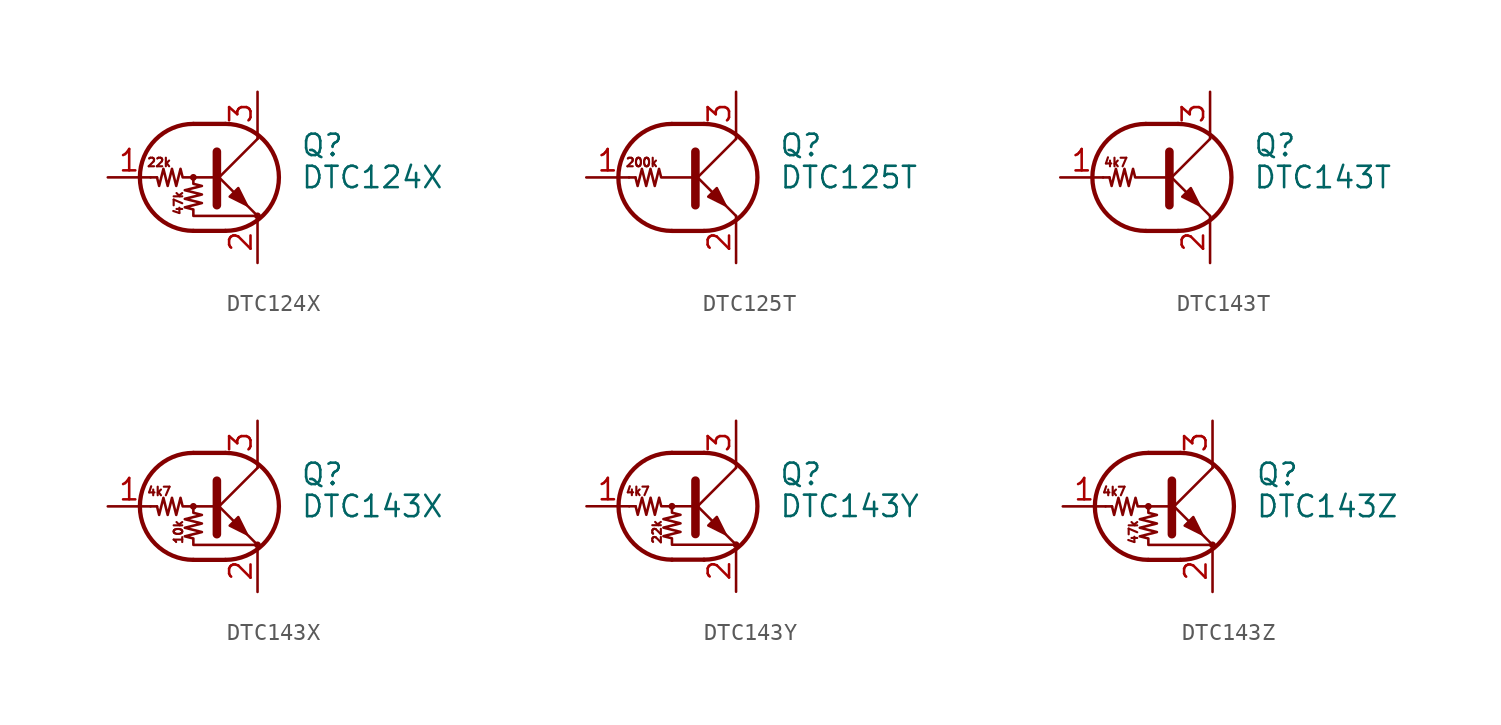
<source format=kicad_sym>
(kicad_symbol_lib
  (version 20211014)
  (generator kicad_symbol_editor)
  (symbol "DTC124X"
    (pin_names
      (offset 0) hide)
    (property "Reference" "Q"
      (at 5.08 1.905 0)
      (effects (font (size 1.27 1.27)) (justify left)))
    (property "Value" "DTC124X"
      (at 5.08 0 0)
      (effects (font (size 1.27 1.27)) (justify left)))
    (symbol "DTC124X_0_0"
      (text "22k" (at -3.302 0.889 0) (effects (font (size 0.508 0.508))))
      (text "47k" (at -2.159 -1.524 900) (effects (font (size 0.508 0.508)))))
    (symbol "DTC124X_0_1"
      (circle (center -1.27 0) (radius 0.127) (stroke (width 0) (type default) (color 0 0 0 0)) (fill (type none)))
      (arc (start -1.27 3.175) (mid -4.445 0) (end -1.27 -3.175) (stroke (width 0.254) (type default) (color 0 0 0 0)) (fill (type none)))
      (polyline (pts (xy -3.429 0) (xy -3.81 0)) (stroke (width 0) (type default) (color 0 0 0 0)) (fill (type none)))
      (polyline (pts (xy -1.27 -3.175) (xy 0.635 -3.175)) (stroke (width 0.254) (type default) (color 0 0 0 0)) (fill (type none)))
      (polyline (pts (xy -1.27 3.175) (xy 0.635 3.175)) (stroke (width 0.254) (type default) (color 0 0 0 0)) (fill (type none)))
      (polyline (pts (xy 0 -0.254) (xy 2.54 2.286)) (stroke (width 0) (type default) (color 0 0 0 0)) (fill (type none)))
      (polyline (pts (xy 0.127 1.524) (xy 0.127 -1.651)) (stroke (width 0.508) (type default) (color 0 0 0 0)) (fill (type outline)))
      (polyline (pts (xy 2.54 2.286) (xy 2.54 2.54)) (stroke (width 0) (type default) (color 0 0 0 0)) (fill (type none)))
      (polyline (pts (xy 2.54 -2.286) (xy 0 0.254) (xy 0 0.254)) (stroke (width 0) (type default) (color 0 0 0 0)) (fill (type none)))
      (polyline (pts (xy 0.889 -1.143) (xy 1.397 -0.635) (xy 1.905 -1.651) (xy 0.889 -1.143)) (stroke (width 0) (type default) (color 0 0 0 0)) (fill (type outline)))
      (polyline (pts (xy 0 0) (xy -1.905 0) (xy -2.032 0.508) (xy -2.286 -0.508) (xy -2.54 0.508) (xy -2.794 -0.508) (xy -3.048 0.508) (xy -3.302 -0.508) (xy -3.429 0)) (stroke (width 0) (type default) (color 0 0 0 0)) (fill (type none)))
      (polyline (pts (xy -1.27 0) (xy -1.27 -0.381) (xy -0.762 -0.508) (xy -1.778 -0.762) (xy -0.762 -1.016) (xy -1.778 -1.27) (xy -0.762 -1.524) (xy -1.778 -1.778) (xy -1.27 -1.905) (xy -1.27 -2.286) (xy 2.54 -2.286)) (stroke (width 0) (type default) (color 0 0 0 0)) (fill (type none)))
      (arc (start 0.635 -3.175) (mid 3.81 0) (end 0.635 3.175) (stroke (width 0.254) (type default) (color 0 0 0 0)) (fill (type none)))
      (circle (center 2.54 -2.286) (radius 0.127) (stroke (width 0) (type default) (color 0 0 0 0)) (fill (type none))))
    (symbol "DTC124X_1_1"
      (pin input line (at -6.35 0 0) (length 2.54) (name "B" (effects (font (size 1.27 1.27)))) (number "1" (effects (font (size 1.27 1.27)))))
      (pin passive line (at 2.54 -5.08 90) (length 2.54) (name "E" (effects (font (size 1.27 1.27)))) (number "2" (effects (font (size 1.27 1.27)))))
      (pin passive line (at 2.54 5.08 270) (length 2.54) (name "C" (effects (font (size 1.27 1.27)))) (number "3" (effects (font (size 1.27 1.27)))))))
  (symbol "DTC125T"
    (pin_names
      (offset 0) hide)
    (property "Reference" "Q"
      (at 5.08 1.905 0)
      (effects (font (size 1.27 1.27)) (justify left)))
    (property "Value" "DTC125T"
      (at 5.08 0 0)
      (effects (font (size 1.27 1.27)) (justify left)))
    (symbol "DTC125T_0_0"
      (polyline (pts (xy 2.54 -2.286) (xy 2.54 -2.54)) (stroke (width 0) (type default) (color 0 0 0 0)) (fill (type none)))
      (text "200k" (at -3.048 0.889 0) (effects (font (size 0.508 0.508)))))
    (symbol "DTC125T_0_1"
      (arc (start -1.27 3.175) (mid -4.445 0) (end -1.27 -3.175) (stroke (width 0.254) (type default) (color 0 0 0 0)) (fill (type none)))
      (polyline (pts (xy -3.429 0) (xy -3.81 0)) (stroke (width 0) (type default) (color 0 0 0 0)) (fill (type none)))
      (polyline (pts (xy -1.27 -3.175) (xy 0.635 -3.175)) (stroke (width 0.254) (type default) (color 0 0 0 0)) (fill (type none)))
      (polyline (pts (xy -1.27 3.175) (xy 0.635 3.175)) (stroke (width 0.254) (type default) (color 0 0 0 0)) (fill (type none)))
      (polyline (pts (xy 0 -0.254) (xy 2.54 2.286)) (stroke (width 0) (type default) (color 0 0 0 0)) (fill (type none)))
      (polyline (pts (xy 0.127 1.524) (xy 0.127 -1.651)) (stroke (width 0.508) (type default) (color 0 0 0 0)) (fill (type outline)))
      (polyline (pts (xy 2.54 2.286) (xy 2.54 2.54)) (stroke (width 0) (type default) (color 0 0 0 0)) (fill (type none)))
      (polyline (pts (xy 2.54 -2.286) (xy 0 0.254) (xy 0 0.254)) (stroke (width 0) (type default) (color 0 0 0 0)) (fill (type none)))
      (polyline (pts (xy 0.889 -1.143) (xy 1.397 -0.635) (xy 1.905 -1.651) (xy 0.889 -1.143)) (stroke (width 0) (type default) (color 0 0 0 0)) (fill (type outline)))
      (polyline (pts (xy 0 0) (xy -1.905 0) (xy -2.032 0.508) (xy -2.286 -0.508) (xy -2.54 0.508) (xy -2.794 -0.508) (xy -3.048 0.508) (xy -3.302 -0.508) (xy -3.429 0)) (stroke (width 0) (type default) (color 0 0 0 0)) (fill (type none)))
      (arc (start 0.635 -3.175) (mid 3.81 0) (end 0.635 3.175) (stroke (width 0.254) (type default) (color 0 0 0 0)) (fill (type none))))
    (symbol "DTC125T_1_1"
      (pin input line (at -6.35 0 0) (length 2.54) (name "B" (effects (font (size 1.27 1.27)))) (number "1" (effects (font (size 1.27 1.27)))))
      (pin passive line (at 2.54 -5.08 90) (length 2.54) (name "E" (effects (font (size 1.27 1.27)))) (number "2" (effects (font (size 1.27 1.27)))))
      (pin passive line (at 2.54 5.08 270) (length 2.54) (name "C" (effects (font (size 1.27 1.27)))) (number "3" (effects (font (size 1.27 1.27)))))))
  (symbol "DTC143T"
    (pin_names
      (offset 0) hide)
    (property "Reference" "Q"
      (at 5.08 1.905 0)
      (effects (font (size 1.27 1.27)) (justify left)))
    (property "Value" "DTC143T"
      (at 5.08 0 0)
      (effects (font (size 1.27 1.27)) (justify left)))
    (symbol "DTC143T_0_0"
      (polyline (pts (xy 2.54 -2.286) (xy 2.54 -2.54)) (stroke (width 0) (type default) (color 0 0 0 0)) (fill (type none)))
      (text "4k7" (at -3.048 0.889 0) (effects (font (size 0.508 0.508)))))
    (symbol "DTC143T_0_1"
      (arc (start -1.27 3.175) (mid -4.445 0) (end -1.27 -3.175) (stroke (width 0.254) (type default) (color 0 0 0 0)) (fill (type none)))
      (polyline (pts (xy -3.429 0) (xy -3.81 0)) (stroke (width 0) (type default) (color 0 0 0 0)) (fill (type none)))
      (polyline (pts (xy -1.27 -3.175) (xy 0.635 -3.175)) (stroke (width 0.254) (type default) (color 0 0 0 0)) (fill (type none)))
      (polyline (pts (xy -1.27 3.175) (xy 0.635 3.175)) (stroke (width 0.254) (type default) (color 0 0 0 0)) (fill (type none)))
      (polyline (pts (xy 0 -0.254) (xy 2.54 2.286)) (stroke (width 0) (type default) (color 0 0 0 0)) (fill (type none)))
      (polyline (pts (xy 0.127 1.524) (xy 0.127 -1.651)) (stroke (width 0.508) (type default) (color 0 0 0 0)) (fill (type outline)))
      (polyline (pts (xy 2.54 2.286) (xy 2.54 2.54)) (stroke (width 0) (type default) (color 0 0 0 0)) (fill (type none)))
      (polyline (pts (xy 2.54 -2.286) (xy 0 0.254) (xy 0 0.254)) (stroke (width 0) (type default) (color 0 0 0 0)) (fill (type none)))
      (polyline (pts (xy 0.889 -1.143) (xy 1.397 -0.635) (xy 1.905 -1.651) (xy 0.889 -1.143)) (stroke (width 0) (type default) (color 0 0 0 0)) (fill (type outline)))
      (polyline (pts (xy 0 0) (xy -1.905 0) (xy -2.032 0.508) (xy -2.286 -0.508) (xy -2.54 0.508) (xy -2.794 -0.508) (xy -3.048 0.508) (xy -3.302 -0.508) (xy -3.429 0)) (stroke (width 0) (type default) (color 0 0 0 0)) (fill (type none)))
      (arc (start 0.635 -3.175) (mid 3.81 0) (end 0.635 3.175) (stroke (width 0.254) (type default) (color 0 0 0 0)) (fill (type none))))
    (symbol "DTC143T_1_1"
      (pin input line (at -6.35 0 0) (length 2.54) (name "B" (effects (font (size 1.27 1.27)))) (number "1" (effects (font (size 1.27 1.27)))))
      (pin passive line (at 2.54 -5.08 90) (length 2.54) (name "E" (effects (font (size 1.27 1.27)))) (number "2" (effects (font (size 1.27 1.27)))))
      (pin passive line (at 2.54 5.08 270) (length 2.54) (name "C" (effects (font (size 1.27 1.27)))) (number "3" (effects (font (size 1.27 1.27)))))))
  (symbol "DTC143X"
    (pin_names
      (offset 0) hide)
    (property "Reference" "Q"
      (at 5.08 1.905 0)
      (effects (font (size 1.27 1.27)) (justify left)))
    (property "Value" "DTC143X"
      (at 5.08 0 0)
      (effects (font (size 1.27 1.27)) (justify left)))
    (symbol "DTC143X_0_0"
      (text "10k" (at -2.159 -1.524 900) (effects (font (size 0.508 0.508))))
      (text "4k7" (at -3.302 0.889 0) (effects (font (size 0.508 0.508)))))
    (symbol "DTC143X_0_1"
      (circle (center -1.27 0) (radius 0.127) (stroke (width 0) (type default) (color 0 0 0 0)) (fill (type none)))
      (arc (start -1.27 3.175) (mid -4.445 0) (end -1.27 -3.175) (stroke (width 0.254) (type default) (color 0 0 0 0)) (fill (type none)))
      (polyline (pts (xy -3.429 0) (xy -3.81 0)) (stroke (width 0) (type default) (color 0 0 0 0)) (fill (type none)))
      (polyline (pts (xy -1.27 -3.175) (xy 0.635 -3.175)) (stroke (width 0.254) (type default) (color 0 0 0 0)) (fill (type none)))
      (polyline (pts (xy -1.27 3.175) (xy 0.635 3.175)) (stroke (width 0.254) (type default) (color 0 0 0 0)) (fill (type none)))
      (polyline (pts (xy 0 -0.254) (xy 2.54 2.286)) (stroke (width 0) (type default) (color 0 0 0 0)) (fill (type none)))
      (polyline (pts (xy 0.127 1.524) (xy 0.127 -1.651)) (stroke (width 0.508) (type default) (color 0 0 0 0)) (fill (type outline)))
      (polyline (pts (xy 2.54 2.286) (xy 2.54 2.54)) (stroke (width 0) (type default) (color 0 0 0 0)) (fill (type none)))
      (polyline (pts (xy 2.54 -2.286) (xy 0 0.254) (xy 0 0.254)) (stroke (width 0) (type default) (color 0 0 0 0)) (fill (type none)))
      (polyline (pts (xy 0.889 -1.143) (xy 1.397 -0.635) (xy 1.905 -1.651) (xy 0.889 -1.143)) (stroke (width 0) (type default) (color 0 0 0 0)) (fill (type outline)))
      (polyline (pts (xy 0 0) (xy -1.905 0) (xy -2.032 0.508) (xy -2.286 -0.508) (xy -2.54 0.508) (xy -2.794 -0.508) (xy -3.048 0.508) (xy -3.302 -0.508) (xy -3.429 0)) (stroke (width 0) (type default) (color 0 0 0 0)) (fill (type none)))
      (polyline (pts (xy -1.27 0) (xy -1.27 -0.381) (xy -0.762 -0.508) (xy -1.778 -0.762) (xy -0.762 -1.016) (xy -1.778 -1.27) (xy -0.762 -1.524) (xy -1.778 -1.778) (xy -1.27 -1.905) (xy -1.27 -2.286) (xy 2.54 -2.286)) (stroke (width 0) (type default) (color 0 0 0 0)) (fill (type none)))
      (arc (start 0.635 -3.175) (mid 3.81 0) (end 0.635 3.175) (stroke (width 0.254) (type default) (color 0 0 0 0)) (fill (type none)))
      (circle (center 2.54 -2.286) (radius 0.127) (stroke (width 0) (type default) (color 0 0 0 0)) (fill (type none))))
    (symbol "DTC143X_1_1"
      (pin input line (at -6.35 0 0) (length 2.54) (name "B" (effects (font (size 1.27 1.27)))) (number "1" (effects (font (size 1.27 1.27)))))
      (pin passive line (at 2.54 -5.08 90) (length 2.54) (name "E" (effects (font (size 1.27 1.27)))) (number "2" (effects (font (size 1.27 1.27)))))
      (pin passive line (at 2.54 5.08 270) (length 2.54) (name "C" (effects (font (size 1.27 1.27)))) (number "3" (effects (font (size 1.27 1.27)))))))
  (symbol "DTC143Y"
    (pin_names
      (offset 0) hide)
    (property "Reference" "Q"
      (at 5.08 1.905 0)
      (effects (font (size 1.27 1.27)) (justify left)))
    (property "Value" "DTC143Y"
      (at 5.08 0 0)
      (effects (font (size 1.27 1.27)) (justify left)))
    (symbol "DTC143Y_0_0"
      (text "22k" (at -2.159 -1.524 900) (effects (font (size 0.508 0.508))))
      (text "4k7" (at -3.302 0.889 0) (effects (font (size 0.508 0.508)))))
    (symbol "DTC143Y_0_1"
      (circle (center -1.27 0) (radius 0.127) (stroke (width 0) (type default) (color 0 0 0 0)) (fill (type none)))
      (arc (start -1.27 3.175) (mid -4.445 0) (end -1.27 -3.175) (stroke (width 0.254) (type default) (color 0 0 0 0)) (fill (type none)))
      (polyline (pts (xy -3.429 0) (xy -3.81 0)) (stroke (width 0) (type default) (color 0 0 0 0)) (fill (type none)))
      (polyline (pts (xy -1.27 -3.175) (xy 0.635 -3.175)) (stroke (width 0.254) (type default) (color 0 0 0 0)) (fill (type none)))
      (polyline (pts (xy -1.27 3.175) (xy 0.635 3.175)) (stroke (width 0.254) (type default) (color 0 0 0 0)) (fill (type none)))
      (polyline (pts (xy 0 -0.254) (xy 2.54 2.286)) (stroke (width 0) (type default) (color 0 0 0 0)) (fill (type none)))
      (polyline (pts (xy 0.127 1.524) (xy 0.127 -1.651)) (stroke (width 0.508) (type default) (color 0 0 0 0)) (fill (type outline)))
      (polyline (pts (xy 2.54 2.286) (xy 2.54 2.54)) (stroke (width 0) (type default) (color 0 0 0 0)) (fill (type none)))
      (polyline (pts (xy 2.54 -2.286) (xy 0 0.254) (xy 0 0.254)) (stroke (width 0) (type default) (color 0 0 0 0)) (fill (type none)))
      (polyline (pts (xy 0.889 -1.143) (xy 1.397 -0.635) (xy 1.905 -1.651) (xy 0.889 -1.143)) (stroke (width 0) (type default) (color 0 0 0 0)) (fill (type outline)))
      (polyline (pts (xy 0 0) (xy -1.905 0) (xy -2.032 0.508) (xy -2.286 -0.508) (xy -2.54 0.508) (xy -2.794 -0.508) (xy -3.048 0.508) (xy -3.302 -0.508) (xy -3.429 0)) (stroke (width 0) (type default) (color 0 0 0 0)) (fill (type none)))
      (polyline (pts (xy -1.27 0) (xy -1.27 -0.381) (xy -0.762 -0.508) (xy -1.778 -0.762) (xy -0.762 -1.016) (xy -1.778 -1.27) (xy -0.762 -1.524) (xy -1.778 -1.778) (xy -1.27 -1.905) (xy -1.27 -2.286) (xy 2.54 -2.286)) (stroke (width 0) (type default) (color 0 0 0 0)) (fill (type none)))
      (arc (start 0.635 -3.175) (mid 3.81 0) (end 0.635 3.175) (stroke (width 0.254) (type default) (color 0 0 0 0)) (fill (type none)))
      (circle (center 2.54 -2.286) (radius 0.127) (stroke (width 0) (type default) (color 0 0 0 0)) (fill (type none))))
    (symbol "DTC143Y_1_1"
      (pin input line (at -6.35 0 0) (length 2.54) (name "B" (effects (font (size 1.27 1.27)))) (number "1" (effects (font (size 1.27 1.27)))))
      (pin passive line (at 2.54 -5.08 90) (length 2.54) (name "E" (effects (font (size 1.27 1.27)))) (number "2" (effects (font (size 1.27 1.27)))))
      (pin passive line (at 2.54 5.08 270) (length 2.54) (name "C" (effects (font (size 1.27 1.27)))) (number "3" (effects (font (size 1.27 1.27)))))))
  (symbol "DTC143Z"
    (pin_names
      (offset 0) hide)
    (property "Reference" "Q"
      (at 5.08 1.905 0)
      (effects (font (size 1.27 1.27)) (justify left)))
    (property "Value" "DTC143Z"
      (at 5.08 0 0)
      (effects (font (size 1.27 1.27)) (justify left)))
    (symbol "DTC143Z_0_0"
      (text "47k" (at -2.159 -1.524 900) (effects (font (size 0.508 0.508))))
      (text "4k7" (at -3.302 0.889 0) (effects (font (size 0.508 0.508)))))
    (symbol "DTC143Z_0_1"
      (circle (center -1.27 0) (radius 0.127) (stroke (width 0) (type default) (color 0 0 0 0)) (fill (type none)))
      (arc (start -1.27 3.175) (mid -4.445 0) (end -1.27 -3.175) (stroke (width 0.254) (type default) (color 0 0 0 0)) (fill (type none)))
      (polyline (pts (xy -3.429 0) (xy -3.81 0)) (stroke (width 0) (type default) (color 0 0 0 0)) (fill (type none)))
      (polyline (pts (xy -1.27 -3.175) (xy 0.635 -3.175)) (stroke (width 0.254) (type default) (color 0 0 0 0)) (fill (type none)))
      (polyline (pts (xy -1.27 3.175) (xy 0.635 3.175)) (stroke (width 0.254) (type default) (color 0 0 0 0)) (fill (type none)))
      (polyline (pts (xy 0 -0.254) (xy 2.54 2.286)) (stroke (width 0) (type default) (color 0 0 0 0)) (fill (type none)))
      (polyline (pts (xy 0.127 1.524) (xy 0.127 -1.651)) (stroke (width 0.508) (type default) (color 0 0 0 0)) (fill (type outline)))
      (polyline (pts (xy 2.54 2.286) (xy 2.54 2.54)) (stroke (width 0) (type default) (color 0 0 0 0)) (fill (type none)))
      (polyline (pts (xy 2.54 -2.286) (xy 0 0.254) (xy 0 0.254)) (stroke (width 0) (type default) (color 0 0 0 0)) (fill (type none)))
      (polyline (pts (xy 0.889 -1.143) (xy 1.397 -0.635) (xy 1.905 -1.651) (xy 0.889 -1.143)) (stroke (width 0) (type default) (color 0 0 0 0)) (fill (type outline)))
      (polyline (pts (xy 0 0) (xy -1.905 0) (xy -2.032 0.508) (xy -2.286 -0.508) (xy -2.54 0.508) (xy -2.794 -0.508) (xy -3.048 0.508) (xy -3.302 -0.508) (xy -3.429 0)) (stroke (width 0) (type default) (color 0 0 0 0)) (fill (type none)))
      (polyline (pts (xy -1.27 0) (xy -1.27 -0.381) (xy -0.762 -0.508) (xy -1.778 -0.762) (xy -0.762 -1.016) (xy -1.778 -1.27) (xy -0.762 -1.524) (xy -1.778 -1.778) (xy -1.27 -1.905) (xy -1.27 -2.286) (xy 2.54 -2.286)) (stroke (width 0) (type default) (color 0 0 0 0)) (fill (type none)))
      (arc (start 0.635 -3.175) (mid 3.81 0) (end 0.635 3.175) (stroke (width 0.254) (type default) (color 0 0 0 0)) (fill (type none)))
      (circle (center 2.54 -2.286) (radius 0.127) (stroke (width 0) (type default) (color 0 0 0 0)) (fill (type none))))
    (symbol "DTC143Z_1_1"
      (pin input line (at -6.35 0 0) (length 2.54) (name "B" (effects (font (size 1.27 1.27)))) (number "1" (effects (font (size 1.27 1.27)))))
      (pin passive line (at 2.54 -5.08 90) (length 2.54) (name "E" (effects (font (size 1.27 1.27)))) (number "2" (effects (font (size 1.27 1.27)))))
      (pin passive line (at 2.54 5.08 270) (length 2.54) (name "C" (effects (font (size 1.27 1.27)))) (number "3" (effects (font (size 1.27 1.27))))))))
</source>
